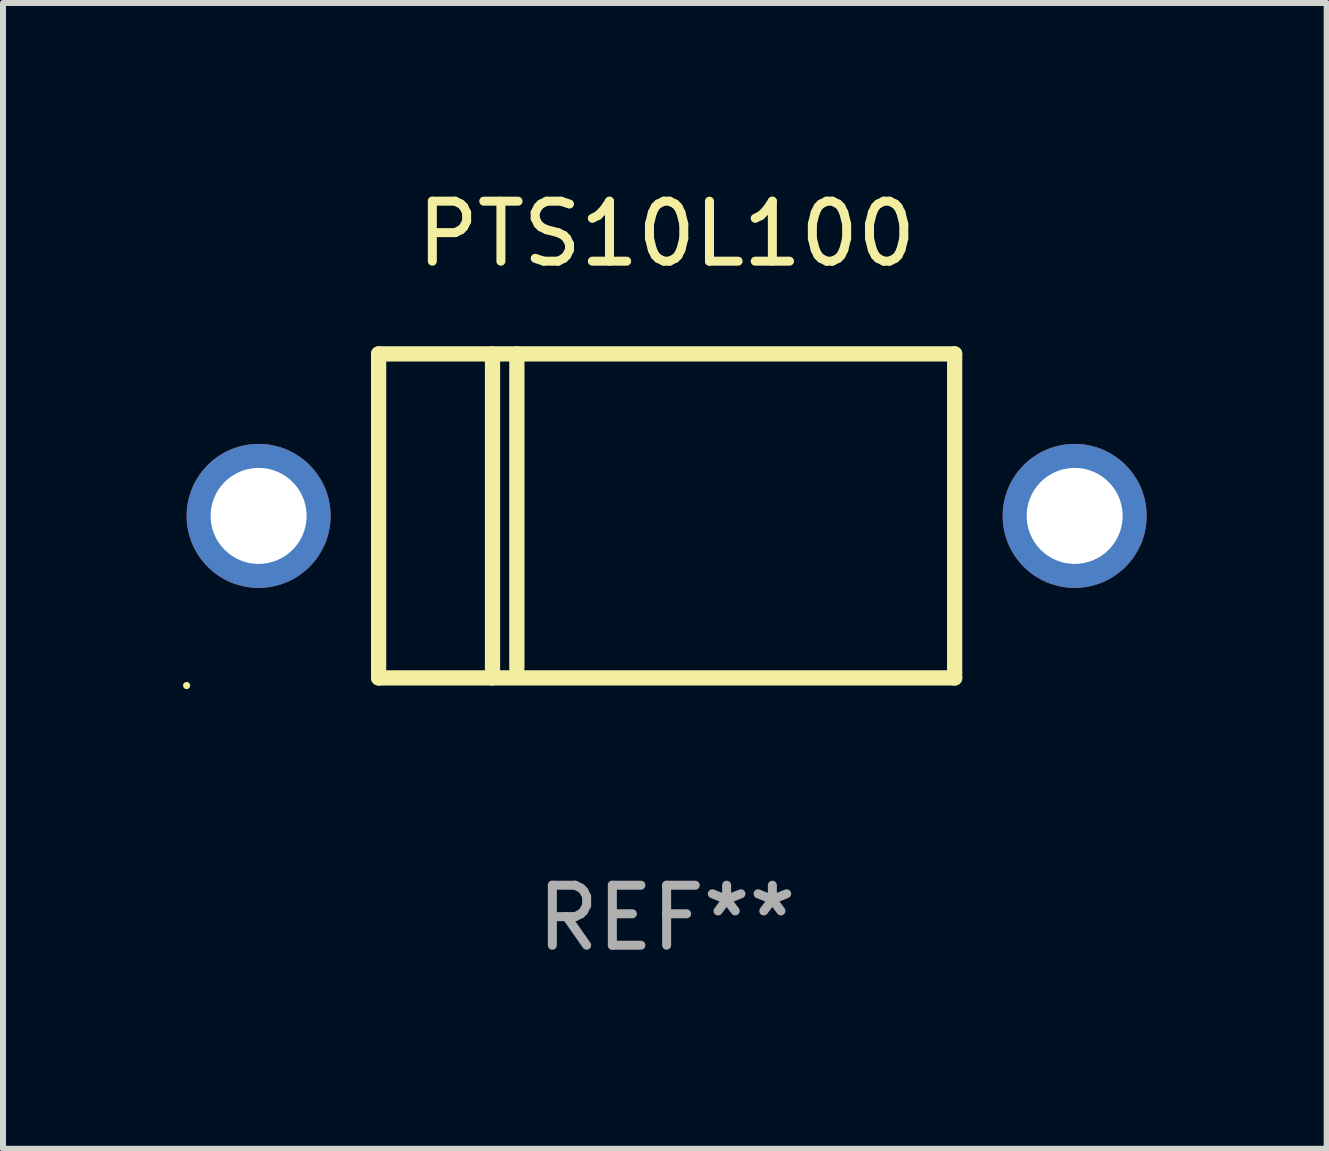
<source format=kicad_pcb>
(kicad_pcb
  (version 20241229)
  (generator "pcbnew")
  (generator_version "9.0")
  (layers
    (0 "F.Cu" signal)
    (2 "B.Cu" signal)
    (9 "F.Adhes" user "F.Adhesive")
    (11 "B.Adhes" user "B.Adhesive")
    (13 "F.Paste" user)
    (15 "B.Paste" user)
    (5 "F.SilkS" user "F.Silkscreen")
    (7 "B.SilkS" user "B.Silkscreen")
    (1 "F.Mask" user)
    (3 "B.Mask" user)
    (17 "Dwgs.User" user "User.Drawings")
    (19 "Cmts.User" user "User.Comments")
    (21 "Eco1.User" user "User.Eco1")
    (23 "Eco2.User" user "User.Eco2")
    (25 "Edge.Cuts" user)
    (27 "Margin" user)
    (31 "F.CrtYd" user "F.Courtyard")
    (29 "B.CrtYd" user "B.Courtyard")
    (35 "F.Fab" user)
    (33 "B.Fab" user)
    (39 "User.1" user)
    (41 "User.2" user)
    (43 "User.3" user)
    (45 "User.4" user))
  (footprint "PTS10L100"
    (layer "F.Cu")
    (at 8.06 5.548)
    (property "Reference" "PTS10L100" (at 0 -4.7 0) (layer "F.SilkS") (effects (font (size 1 1) (thickness 0.15))))
    (attr through_hole)
    (fp_line (start -4.8 -2.7) (end -4.8 2.7) (stroke (width 0.254) (type solid)) (layer "F.SilkS"))
    (fp_line (start -4.8 -2.7) (end 4.8 -2.7) (stroke (width 0.254) (type solid)) (layer "F.SilkS"))
    (fp_line (start -2.902 -2.7) (end -2.902 2.7) (stroke (width 0.254) (type solid)) (layer "F.SilkS"))
    (fp_line (start -2.496 -2.7) (end -2.496 2.54) (stroke (width 0.254) (type solid)) (layer "F.SilkS"))
    (fp_line (start 4.8 -2.7) (end 4.8 2.7) (stroke (width 0.254) (type solid)) (layer "F.SilkS"))
    (fp_line (start 4.8 2.7) (end -4.8 2.7) (stroke (width 0.254) (type solid)) (layer "F.SilkS"))
    (fp_circle (center -8 2.827) (end -7.97 2.827) (stroke (width 0.06) (type solid)) (fill no) (layer "F.SilkS"))
    (fp_text user "REF**" (at 0 6.7 0) (layer "F.Fab") (effects (font (size 1 1) (thickness 0.15))))
    (pad "1" thru_hole circle (at -6.8 0) (size 2.4 2.4) (drill 1.6) (layers "*.Cu" "*.Mask"))
    (pad "2" thru_hole circle (at 6.8 0) (size 2.4 2.4) (drill 1.6) (layers "*.Cu" "*.Mask")))
  (gr_rect
    (start -3 -3)
    (end 19.06 16.096)
    (stroke (width 0.1) (type default))
    (fill no)
    (layer "Edge.Cuts")))
</source>
